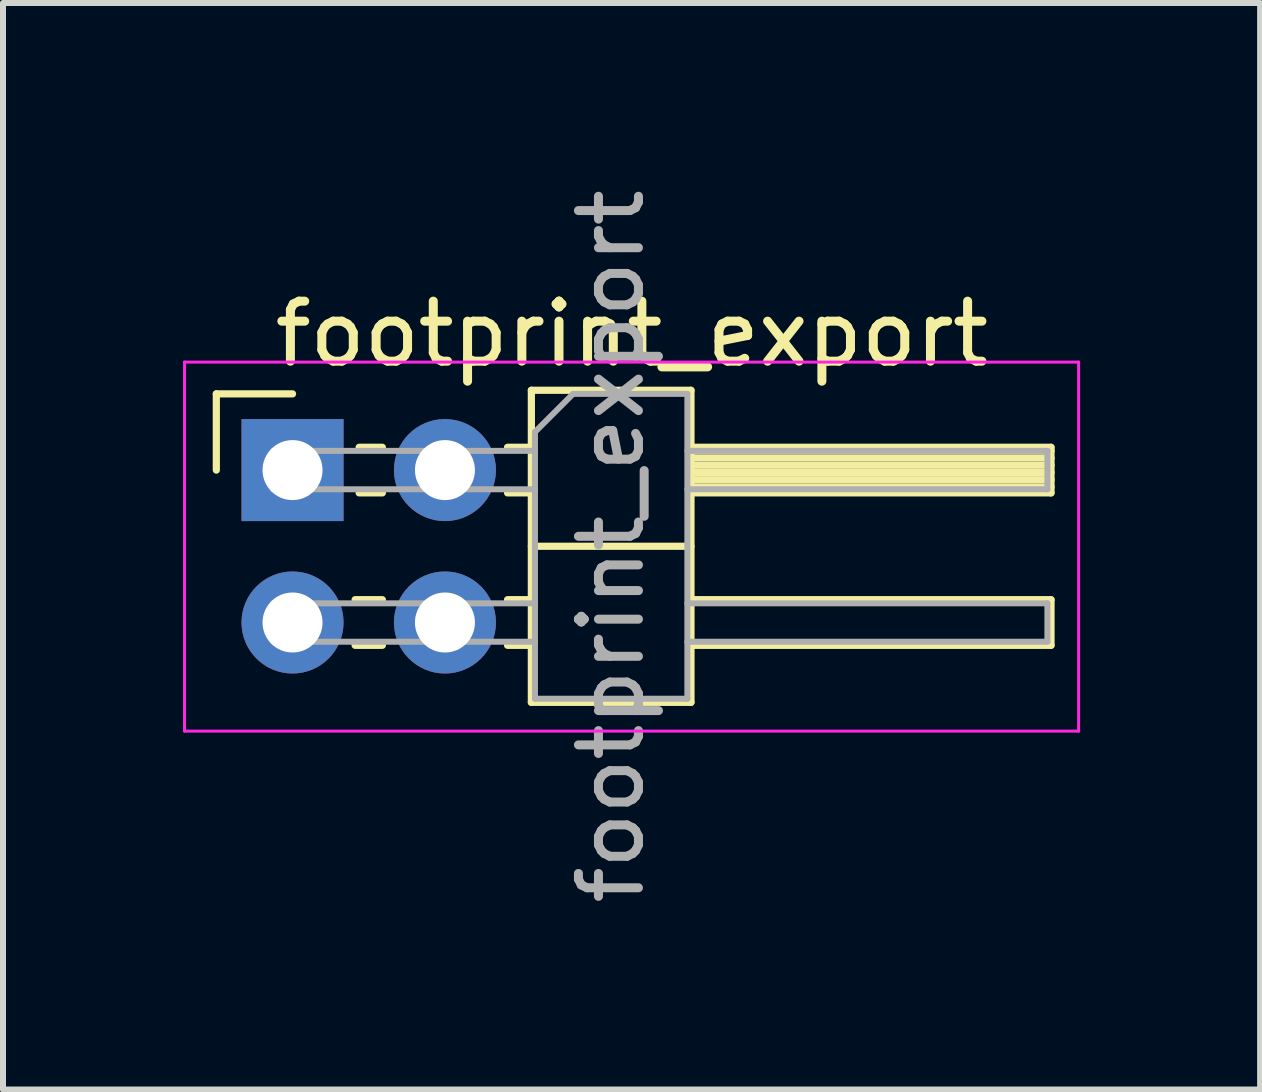
<source format=kicad_pcb>
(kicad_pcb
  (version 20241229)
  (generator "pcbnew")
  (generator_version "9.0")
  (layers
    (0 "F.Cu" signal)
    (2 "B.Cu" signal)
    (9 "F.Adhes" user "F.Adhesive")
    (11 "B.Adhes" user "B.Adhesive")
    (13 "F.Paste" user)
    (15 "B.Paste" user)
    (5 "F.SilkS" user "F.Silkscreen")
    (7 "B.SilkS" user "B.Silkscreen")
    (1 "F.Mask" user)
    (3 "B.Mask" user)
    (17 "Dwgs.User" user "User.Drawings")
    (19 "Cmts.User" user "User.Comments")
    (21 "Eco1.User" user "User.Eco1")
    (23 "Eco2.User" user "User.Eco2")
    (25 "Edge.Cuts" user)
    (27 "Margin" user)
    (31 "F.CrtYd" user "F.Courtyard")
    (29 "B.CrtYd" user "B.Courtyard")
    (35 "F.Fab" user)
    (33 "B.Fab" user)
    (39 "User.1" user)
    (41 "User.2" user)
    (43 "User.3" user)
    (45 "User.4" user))
  (footprint "footprint_export"
    (layer "F.Cu")
    (at 1.825 4.784)
    (property "Reference" "footprint_export" (at 5.655 -2.27 0) (layer "F.SilkS") (effects (font (size 1 1) (thickness 0.15))))
    (attr through_hole)
    (fp_line (start -1.27 -1.27) (end 0 -1.27) (stroke (width 0.12) (type solid)) (layer "F.SilkS"))
    (fp_line (start -1.27 0) (end -1.27 -1.27) (stroke (width 0.12) (type solid)) (layer "F.SilkS"))
    (fp_line (start 1.043 2.16) (end 1.497 2.16) (stroke (width 0.12) (type solid)) (layer "F.SilkS"))
    (fp_line (start 1.043 2.92) (end 1.497 2.92) (stroke (width 0.12) (type solid)) (layer "F.SilkS"))
    (fp_line (start 1.11 -0.38) (end 1.497 -0.38) (stroke (width 0.12) (type solid)) (layer "F.SilkS"))
    (fp_line (start 1.11 0.38) (end 1.497 0.38) (stroke (width 0.12) (type solid)) (layer "F.SilkS"))
    (fp_line (start 3.583 -0.38) (end 3.98 -0.38) (stroke (width 0.12) (type solid)) (layer "F.SilkS"))
    (fp_line (start 3.583 0.38) (end 3.98 0.38) (stroke (width 0.12) (type solid)) (layer "F.SilkS"))
    (fp_line (start 3.583 2.16) (end 3.98 2.16) (stroke (width 0.12) (type solid)) (layer "F.SilkS"))
    (fp_line (start 3.583 2.92) (end 3.98 2.92) (stroke (width 0.12) (type solid)) (layer "F.SilkS"))
    (fp_line (start 3.98 -1.33) (end 3.98 3.87) (stroke (width 0.12) (type solid)) (layer "F.SilkS"))
    (fp_line (start 3.98 1.27) (end 6.64 1.27) (stroke (width 0.12) (type solid)) (layer "F.SilkS"))
    (fp_line (start 3.98 3.87) (end 6.64 3.87) (stroke (width 0.12) (type solid)) (layer "F.SilkS"))
    (fp_line (start 6.64 -1.33) (end 3.98 -1.33) (stroke (width 0.12) (type solid)) (layer "F.SilkS"))
    (fp_line (start 6.64 -0.38) (end 12.64 -0.38) (stroke (width 0.12) (type solid)) (layer "F.SilkS"))
    (fp_line (start 6.64 -0.32) (end 12.64 -0.32) (stroke (width 0.12) (type solid)) (layer "F.SilkS"))
    (fp_line (start 6.64 -0.2) (end 12.64 -0.2) (stroke (width 0.12) (type solid)) (layer "F.SilkS"))
    (fp_line (start 6.64 -0.08) (end 12.64 -0.08) (stroke (width 0.12) (type solid)) (layer "F.SilkS"))
    (fp_line (start 6.64 0.04) (end 12.64 0.04) (stroke (width 0.12) (type solid)) (layer "F.SilkS"))
    (fp_line (start 6.64 0.16) (end 12.64 0.16) (stroke (width 0.12) (type solid)) (layer "F.SilkS"))
    (fp_line (start 6.64 0.28) (end 12.64 0.28) (stroke (width 0.12) (type solid)) (layer "F.SilkS"))
    (fp_line (start 6.64 2.16) (end 12.64 2.16) (stroke (width 0.12) (type solid)) (layer "F.SilkS"))
    (fp_line (start 6.64 3.87) (end 6.64 -1.33) (stroke (width 0.12) (type solid)) (layer "F.SilkS"))
    (fp_line (start 12.64 -0.38) (end 12.64 0.38) (stroke (width 0.12) (type solid)) (layer "F.SilkS"))
    (fp_line (start 12.64 0.38) (end 6.64 0.38) (stroke (width 0.12) (type solid)) (layer "F.SilkS"))
    (fp_line (start 12.64 2.16) (end 12.64 2.92) (stroke (width 0.12) (type solid)) (layer "F.SilkS"))
    (fp_line (start 12.64 2.92) (end 6.64 2.92) (stroke (width 0.12) (type solid)) (layer "F.SilkS"))
    (fp_line (start -1.8 -1.8) (end -1.8 4.35) (stroke (width 0.05) (type solid)) (layer "F.CrtYd"))
    (fp_line (start -1.8 4.35) (end 13.1 4.35) (stroke (width 0.05) (type solid)) (layer "F.CrtYd"))
    (fp_line (start 13.1 -1.8) (end -1.8 -1.8) (stroke (width 0.05) (type solid)) (layer "F.CrtYd"))
    (fp_line (start 13.1 4.35) (end 13.1 -1.8) (stroke (width 0.05) (type solid)) (layer "F.CrtYd"))
    (fp_line (start -0.32 -0.32) (end -0.32 0.32) (stroke (width 0.1) (type solid)) (layer "F.Fab"))
    (fp_line (start -0.32 -0.32) (end 4.04 -0.32) (stroke (width 0.1) (type solid)) (layer "F.Fab"))
    (fp_line (start -0.32 0.32) (end 4.04 0.32) (stroke (width 0.1) (type solid)) (layer "F.Fab"))
    (fp_line (start -0.32 2.22) (end -0.32 2.86) (stroke (width 0.1) (type solid)) (layer "F.Fab"))
    (fp_line (start -0.32 2.22) (end 4.04 2.22) (stroke (width 0.1) (type solid)) (layer "F.Fab"))
    (fp_line (start -0.32 2.86) (end 4.04 2.86) (stroke (width 0.1) (type solid)) (layer "F.Fab"))
    (fp_line (start 4.04 -0.635) (end 4.675 -1.27) (stroke (width 0.1) (type solid)) (layer "F.Fab"))
    (fp_line (start 4.04 3.81) (end 4.04 -0.635) (stroke (width 0.1) (type solid)) (layer "F.Fab"))
    (fp_line (start 4.675 -1.27) (end 6.58 -1.27) (stroke (width 0.1) (type solid)) (layer "F.Fab"))
    (fp_line (start 6.58 -1.27) (end 6.58 3.81) (stroke (width 0.1) (type solid)) (layer "F.Fab"))
    (fp_line (start 6.58 -0.32) (end 12.58 -0.32) (stroke (width 0.1) (type solid)) (layer "F.Fab"))
    (fp_line (start 6.58 0.32) (end 12.58 0.32) (stroke (width 0.1) (type solid)) (layer "F.Fab"))
    (fp_line (start 6.58 2.22) (end 12.58 2.22) (stroke (width 0.1) (type solid)) (layer "F.Fab"))
    (fp_line (start 6.58 2.86) (end 12.58 2.86) (stroke (width 0.1) (type solid)) (layer "F.Fab"))
    (fp_line (start 6.58 3.81) (end 4.04 3.81) (stroke (width 0.1) (type solid)) (layer "F.Fab"))
    (fp_line (start 12.58 -0.32) (end 12.58 0.32) (stroke (width 0.1) (type solid)) (layer "F.Fab"))
    (fp_line (start 12.58 2.22) (end 12.58 2.86) (stroke (width 0.1) (type solid)) (layer "F.Fab"))
    (fp_text user "${REFERENCE}" (at 5.31 1.27 90) (layer "F.Fab") (effects (font (size 1 1) (thickness 0.15))))
    (pad "1" thru_hole rect (at 0 0) (size 1.7 1.7) (drill 1) (layers "*.Cu" "*.Mask"))
    (pad "2" thru_hole oval (at 2.54 0) (size 1.7 1.7) (drill 1) (layers "*.Cu" "*.Mask"))
    (pad "3" thru_hole oval (at 0 2.54) (size 1.7 1.7) (drill 1) (layers "*.Cu" "*.Mask"))
    (pad "4" thru_hole oval (at 2.54 2.54) (size 1.7 1.7) (drill 1) (layers "*.Cu" "*.Mask")))
  (gr_rect
    (start -3 -3)
    (end 17.95 15.107)
    (stroke (width 0.1) (type default))
    (fill no)
    (layer "Edge.Cuts")))
</source>
